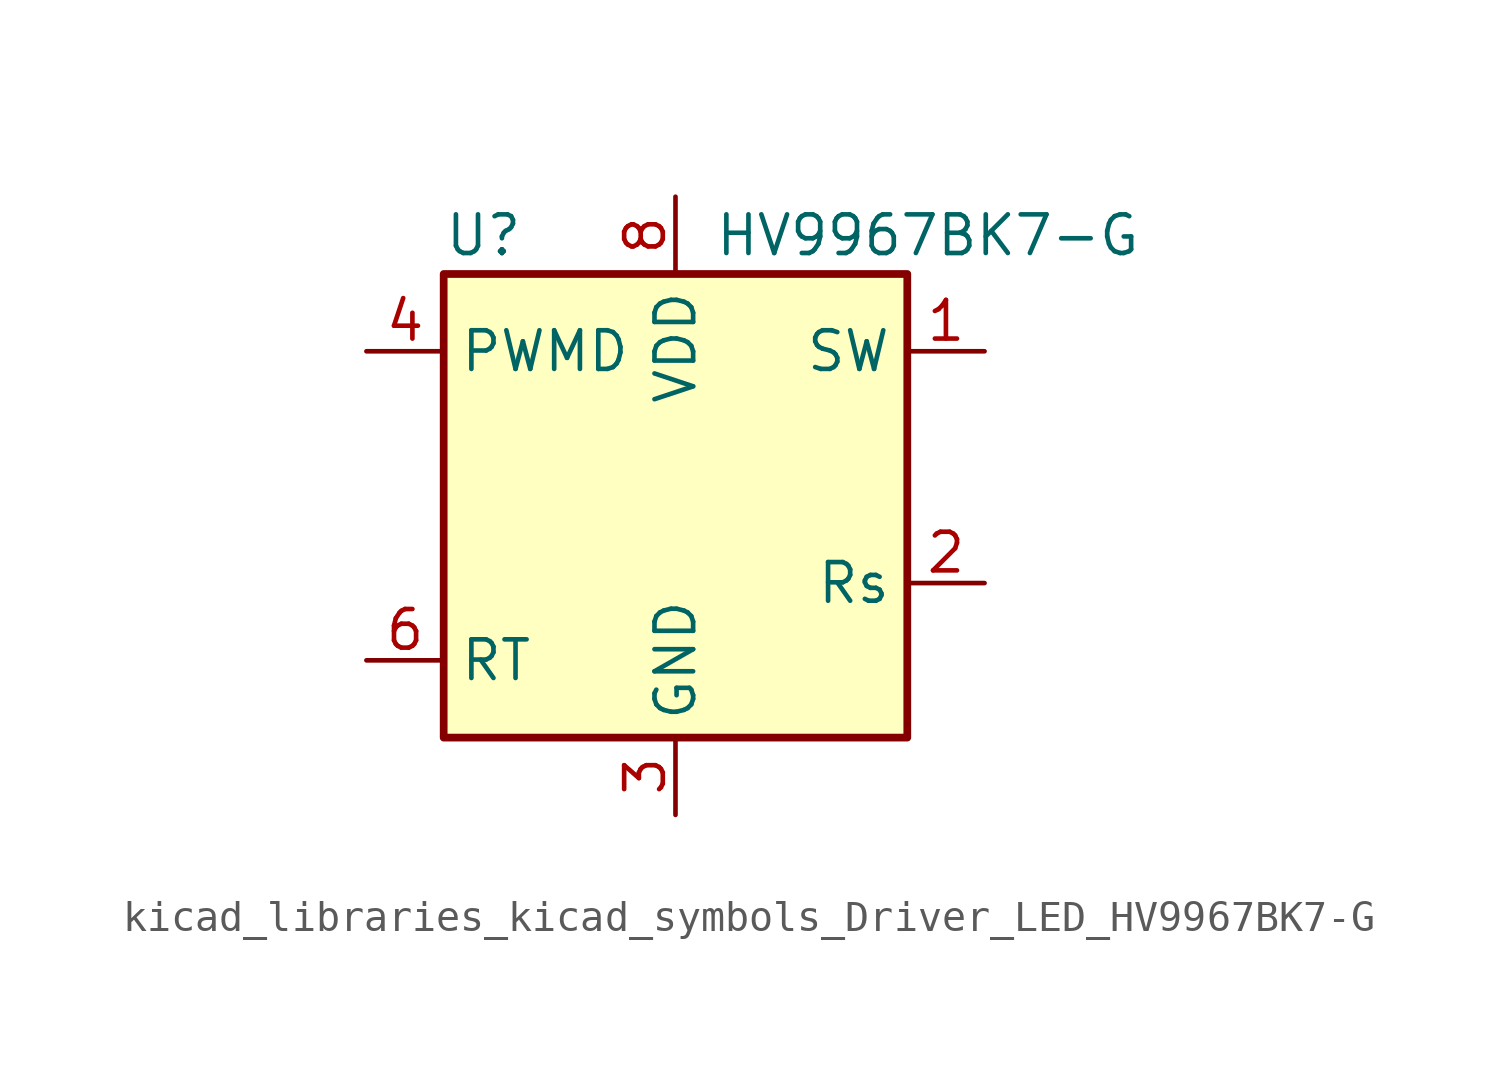
<source format=kicad_sym>
(kicad_symbol_lib
  (version 20220914)
  (generator kicad_symbol_editor)
  (symbol "kicad_libraries_kicad_symbols_Driver_LED_HV9967BK7-G"
    (property "Reference" "U"
      (at -7.62 8.89 0)
      (effects (font (size 1.27 1.27)) (justify left)))
    (property "Value" "HV9967BK7-G"
      (at 1.27 8.89 0)
      (effects (font (size 1.27 1.27)) (justify left)))
    (symbol "kicad_libraries_kicad_symbols_Driver_LED_HV9967BK7-G_0_1"
      (rectangle (start -7.62 7.62) (end 7.62 -7.62) (stroke (width 0.254) (type default)) (fill (type background))))
    (symbol "kicad_libraries_kicad_symbols_Driver_LED_HV9967BK7-G_1_1"
      (pin output line (at 10.16 5.08 180) (length 2.54) (name "SW" (effects (font (size 1.27 1.27)))) (number "1" (effects (font (size 1.27 1.27)))))
      (pin input line (at 10.16 -2.54 180) (length 2.54) (name "Rs" (effects (font (size 1.27 1.27)))) (number "2" (effects (font (size 1.27 1.27)))))
      (pin power_in line (at 0 -10.16 90) (length 2.54) (name "GND" (effects (font (size 1.27 1.27)))) (number "3" (effects (font (size 1.27 1.27)))))
      (pin output line (at -10.16 5.08 0) (length 2.54) (name "PWMD" (effects (font (size 1.27 1.27)))) (number "4" (effects (font (size 1.27 1.27)))))
      (pin input line (at -10.16 -5.08 0) (length 2.54) (name "RT" (effects (font (size 1.27 1.27)))) (number "6" (effects (font (size 1.27 1.27)))))
      (pin passive line (at 0 -10.16 90) (length 2.54) hide (name "GND" (effects (font (size 1.27 1.27)))) (number "7" (effects (font (size 1.27 1.27)))))
      (pin power_out line (at 0 10.16 270) (length 2.54) (name "VDD" (effects (font (size 1.27 1.27)))) (number "8" (effects (font (size 1.27 1.27)))))
      (pin passive line (at 0 -10.16 90) (length 2.54) hide (name "GND" (effects (font (size 1.27 1.27)))) (number "9" (effects (font (size 1.27 1.27))))))))
</source>
